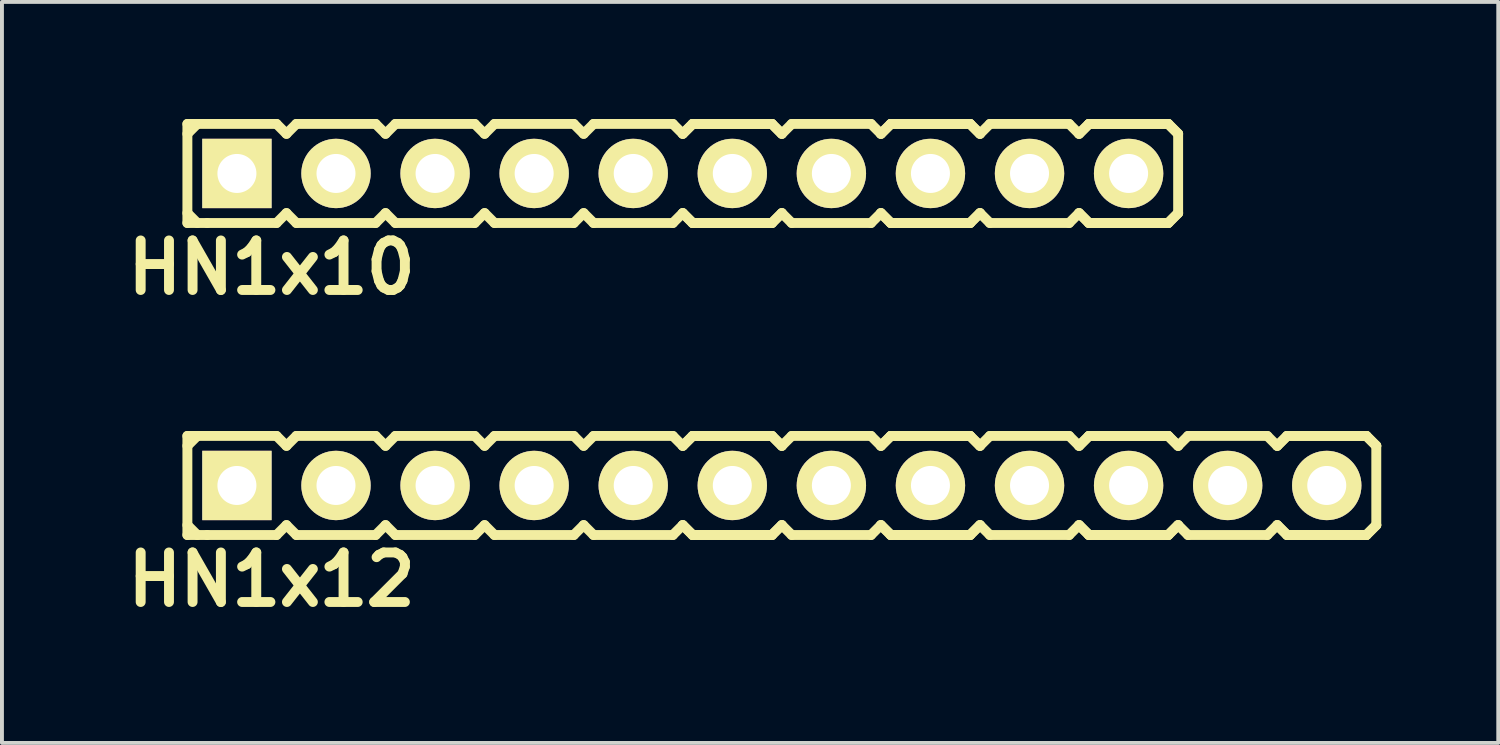
<source format=kicad_pcb>
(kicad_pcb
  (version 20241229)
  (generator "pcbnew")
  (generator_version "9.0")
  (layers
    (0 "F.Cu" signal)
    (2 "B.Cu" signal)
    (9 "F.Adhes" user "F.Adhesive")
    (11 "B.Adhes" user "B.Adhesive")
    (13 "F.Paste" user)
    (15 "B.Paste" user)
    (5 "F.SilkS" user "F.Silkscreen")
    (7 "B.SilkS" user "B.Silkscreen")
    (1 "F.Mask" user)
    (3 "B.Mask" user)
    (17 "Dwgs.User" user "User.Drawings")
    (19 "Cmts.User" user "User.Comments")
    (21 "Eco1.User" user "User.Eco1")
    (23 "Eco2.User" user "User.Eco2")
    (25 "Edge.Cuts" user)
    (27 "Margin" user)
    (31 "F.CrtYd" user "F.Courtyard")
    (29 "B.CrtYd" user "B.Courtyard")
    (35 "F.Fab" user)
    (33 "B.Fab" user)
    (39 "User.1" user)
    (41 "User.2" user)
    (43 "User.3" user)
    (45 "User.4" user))
  (footprint "HN1x10"
    (layer "F.Cu")
    (at 14.454 1.397)
    (property "Reference" "HN1x10" (at -10.541 2.413 0) (layer "F.SilkS") (effects (font (size 1.27 1.27) (thickness 0.254))))
    (attr smd)
    (fp_line (start -12.7 -1.27) (end -12.7 1.27) (stroke (width 0.254) (type solid)) (layer "F.SilkS"))
    (fp_line (start -12.7 -1.27) (end -12.446 -1.27) (stroke (width 0.254) (type solid)) (layer "F.SilkS"))
    (fp_line (start -12.7 -1.016) (end -12.446 -1.27) (stroke (width 0.254) (type solid)) (layer "F.SilkS"))
    (fp_line (start -12.446 -1.27) (end -10.414 -1.27) (stroke (width 0.254) (type solid)) (layer "F.SilkS"))
    (fp_line (start -12.446 1.27) (end -12.7 1.016) (stroke (width 0.254) (type solid)) (layer "F.SilkS"))
    (fp_line (start -12.192 1.27) (end -12.7 1.27) (stroke (width 0.254) (type solid)) (layer "F.SilkS"))
    (fp_line (start -10.414 -1.27) (end -10.16 -1.016) (stroke (width 0.254) (type solid)) (layer "F.SilkS"))
    (fp_line (start -10.414 1.27) (end -12.192 1.27) (stroke (width 0.254) (type solid)) (layer "F.SilkS"))
    (fp_line (start -10.16 -1.016) (end -9.906 -1.27) (stroke (width 0.254) (type solid)) (layer "F.SilkS"))
    (fp_line (start -10.16 1.016) (end -10.414 1.27) (stroke (width 0.254) (type solid)) (layer "F.SilkS"))
    (fp_line (start -9.906 -1.27) (end -7.874 -1.27) (stroke (width 0.254) (type solid)) (layer "F.SilkS"))
    (fp_line (start -9.906 1.27) (end -10.16 1.016) (stroke (width 0.254) (type solid)) (layer "F.SilkS"))
    (fp_line (start -7.874 -1.27) (end -7.62 -1.016) (stroke (width 0.254) (type solid)) (layer "F.SilkS"))
    (fp_line (start -7.874 1.27) (end -9.906 1.27) (stroke (width 0.254) (type solid)) (layer "F.SilkS"))
    (fp_line (start -7.874 1.27) (end -7.62 1.016) (stroke (width 0.254) (type solid)) (layer "F.SilkS"))
    (fp_line (start -7.62 -1.016) (end -7.366 -1.27) (stroke (width 0.254) (type solid)) (layer "F.SilkS"))
    (fp_line (start -7.62 1.016) (end -7.366 1.27) (stroke (width 0.254) (type solid)) (layer "F.SilkS"))
    (fp_line (start -7.366 -1.27) (end -5.334 -1.27) (stroke (width 0.254) (type solid)) (layer "F.SilkS"))
    (fp_line (start -5.334 -1.27) (end -5.08 -1.016) (stroke (width 0.254) (type solid)) (layer "F.SilkS"))
    (fp_line (start -5.334 1.27) (end -7.366 1.27) (stroke (width 0.254) (type solid)) (layer "F.SilkS"))
    (fp_line (start -5.08 -1.016) (end -4.826 -1.27) (stroke (width 0.254) (type solid)) (layer "F.SilkS"))
    (fp_line (start -5.08 1.016) (end -5.334 1.27) (stroke (width 0.254) (type solid)) (layer "F.SilkS"))
    (fp_line (start -4.826 -1.27) (end -2.794 -1.27) (stroke (width 0.254) (type solid)) (layer "F.SilkS"))
    (fp_line (start -4.826 1.27) (end -5.08 1.016) (stroke (width 0.254) (type solid)) (layer "F.SilkS"))
    (fp_line (start -2.794 -1.27) (end -2.54 -1.016) (stroke (width 0.254) (type solid)) (layer "F.SilkS"))
    (fp_line (start -2.794 1.27) (end -4.826 1.27) (stroke (width 0.254) (type solid)) (layer "F.SilkS"))
    (fp_line (start -2.54 -1.016) (end -2.286 -1.27) (stroke (width 0.254) (type solid)) (layer "F.SilkS"))
    (fp_line (start -2.54 1.016) (end -2.794 1.27) (stroke (width 0.254) (type solid)) (layer "F.SilkS"))
    (fp_line (start -2.286 -1.27) (end -0.254 -1.27) (stroke (width 0.254) (type solid)) (layer "F.SilkS"))
    (fp_line (start -2.286 1.27) (end -2.54 1.016) (stroke (width 0.254) (type solid)) (layer "F.SilkS"))
    (fp_line (start -0.254 -1.27) (end 0 -1.016) (stroke (width 0.254) (type solid)) (layer "F.SilkS"))
    (fp_line (start -0.254 1.27) (end -2.286 1.27) (stroke (width 0.254) (type solid)) (layer "F.SilkS"))
    (fp_line (start 0 -1.016) (end 0.254 -1.27) (stroke (width 0.254) (type solid)) (layer "F.SilkS"))
    (fp_line (start 0 -1.016) (end 0.254 -1.27) (stroke (width 0.254) (type solid)) (layer "F.SilkS"))
    (fp_line (start 0 1.016) (end -0.254 1.27) (stroke (width 0.254) (type solid)) (layer "F.SilkS"))
    (fp_line (start 0.254 -1.27) (end 2.286 -1.27) (stroke (width 0.254) (type solid)) (layer "F.SilkS"))
    (fp_line (start 0.254 -1.27) (end 2.286 -1.27) (stroke (width 0.254) (type solid)) (layer "F.SilkS"))
    (fp_line (start 0.254 1.27) (end 0 1.016) (stroke (width 0.254) (type solid)) (layer "F.SilkS"))
    (fp_line (start 0.254 1.27) (end 0 1.016) (stroke (width 0.254) (type solid)) (layer "F.SilkS"))
    (fp_line (start 2.286 -1.27) (end 2.54 -1.016) (stroke (width 0.254) (type solid)) (layer "F.SilkS"))
    (fp_line (start 2.286 -1.27) (end 2.54 -1.016) (stroke (width 0.254) (type solid)) (layer "F.SilkS"))
    (fp_line (start 2.286 1.27) (end 0.254 1.27) (stroke (width 0.254) (type solid)) (layer "F.SilkS"))
    (fp_line (start 2.286 1.27) (end 0.254 1.27) (stroke (width 0.254) (type solid)) (layer "F.SilkS"))
    (fp_line (start 2.54 -1.016) (end 2.794 -1.27) (stroke (width 0.254) (type solid)) (layer "F.SilkS"))
    (fp_line (start 2.54 1.016) (end 2.286 1.27) (stroke (width 0.254) (type solid)) (layer "F.SilkS"))
    (fp_line (start 2.54 1.016) (end 2.286 1.27) (stroke (width 0.254) (type solid)) (layer "F.SilkS"))
    (fp_line (start 2.794 -1.27) (end 4.826 -1.27) (stroke (width 0.254) (type solid)) (layer "F.SilkS"))
    (fp_line (start 2.794 1.27) (end 2.54 1.016) (stroke (width 0.254) (type solid)) (layer "F.SilkS"))
    (fp_line (start 4.826 -1.27) (end 5.08 -1.016) (stroke (width 0.254) (type solid)) (layer "F.SilkS"))
    (fp_line (start 4.826 1.27) (end 2.794 1.27) (stroke (width 0.254) (type solid)) (layer "F.SilkS"))
    (fp_line (start 5.08 -1.016) (end 5.334 -1.27) (stroke (width 0.254) (type solid)) (layer "F.SilkS"))
    (fp_line (start 5.08 -1.016) (end 5.334 -1.27) (stroke (width 0.254) (type solid)) (layer "F.SilkS"))
    (fp_line (start 5.08 1.016) (end 4.826 1.27) (stroke (width 0.254) (type solid)) (layer "F.SilkS"))
    (fp_line (start 5.334 -1.27) (end 7.366 -1.27) (stroke (width 0.254) (type solid)) (layer "F.SilkS"))
    (fp_line (start 5.334 -1.27) (end 7.366 -1.27) (stroke (width 0.254) (type solid)) (layer "F.SilkS"))
    (fp_line (start 5.334 1.27) (end 5.08 1.016) (stroke (width 0.254) (type solid)) (layer "F.SilkS"))
    (fp_line (start 5.334 1.27) (end 5.08 1.016) (stroke (width 0.254) (type solid)) (layer "F.SilkS"))
    (fp_line (start 7.366 -1.27) (end 7.62 -1.016) (stroke (width 0.254) (type solid)) (layer "F.SilkS"))
    (fp_line (start 7.366 -1.27) (end 7.62 -1.016) (stroke (width 0.254) (type solid)) (layer "F.SilkS"))
    (fp_line (start 7.366 1.27) (end 5.334 1.27) (stroke (width 0.254) (type solid)) (layer "F.SilkS"))
    (fp_line (start 7.366 1.27) (end 5.334 1.27) (stroke (width 0.254) (type solid)) (layer "F.SilkS"))
    (fp_line (start 7.62 -1.016) (end 7.874 -1.27) (stroke (width 0.254) (type solid)) (layer "F.SilkS"))
    (fp_line (start 7.62 1.016) (end 7.366 1.27) (stroke (width 0.254) (type solid)) (layer "F.SilkS"))
    (fp_line (start 7.62 1.016) (end 7.366 1.27) (stroke (width 0.254) (type solid)) (layer "F.SilkS"))
    (fp_line (start 7.874 -1.27) (end 9.906 -1.27) (stroke (width 0.254) (type solid)) (layer "F.SilkS"))
    (fp_line (start 7.874 1.27) (end 7.62 1.016) (stroke (width 0.254) (type solid)) (layer "F.SilkS"))
    (fp_line (start 9.906 -1.27) (end 10.16 -1.016) (stroke (width 0.254) (type solid)) (layer "F.SilkS"))
    (fp_line (start 9.906 1.27) (end 7.874 1.27) (stroke (width 0.254) (type solid)) (layer "F.SilkS"))
    (fp_line (start 10.16 -1.016) (end 10.414 -1.27) (stroke (width 0.254) (type solid)) (layer "F.SilkS"))
    (fp_line (start 10.16 -1.016) (end 10.414 -1.27) (stroke (width 0.254) (type solid)) (layer "F.SilkS"))
    (fp_line (start 10.16 1.016) (end 9.906 1.27) (stroke (width 0.254) (type solid)) (layer "F.SilkS"))
    (fp_line (start 10.414 -1.27) (end 12.446 -1.27) (stroke (width 0.254) (type solid)) (layer "F.SilkS"))
    (fp_line (start 10.414 -1.27) (end 12.446 -1.27) (stroke (width 0.254) (type solid)) (layer "F.SilkS"))
    (fp_line (start 10.414 1.27) (end 10.16 1.016) (stroke (width 0.254) (type solid)) (layer "F.SilkS"))
    (fp_line (start 10.414 1.27) (end 10.16 1.016) (stroke (width 0.254) (type solid)) (layer "F.SilkS"))
    (fp_line (start 12.446 -1.27) (end 12.7 -1.016) (stroke (width 0.254) (type solid)) (layer "F.SilkS"))
    (fp_line (start 12.446 -1.27) (end 12.7 -1.016) (stroke (width 0.254) (type solid)) (layer "F.SilkS"))
    (fp_line (start 12.446 1.27) (end 10.414 1.27) (stroke (width 0.254) (type solid)) (layer "F.SilkS"))
    (fp_line (start 12.446 1.27) (end 10.414 1.27) (stroke (width 0.254) (type solid)) (layer "F.SilkS"))
    (fp_line (start 12.7 -1.016) (end 12.7 1.016) (stroke (width 0.254) (type solid)) (layer "F.SilkS"))
    (fp_line (start 12.7 1.016) (end 12.446 1.27) (stroke (width 0.254) (type solid)) (layer "F.SilkS"))
    (fp_line (start 12.7 1.016) (end 12.446 1.27) (stroke (width 0.254) (type solid)) (layer "F.SilkS"))
    (pad "1" thru_hole rect (at -11.43 0) (size 1.778 1.778) (drill 1) (layers "*.Cu" "*.Mask" "F.SilkS" "B.Adhes"))
    (pad "2" thru_hole circle (at -8.89 0) (size 1.778 1.778) (drill 1) (layers "*.Cu" "*.Mask" "F.SilkS" "B.Adhes"))
    (pad "3" thru_hole circle (at -6.35 0) (size 1.778 1.778) (drill 1) (layers "*.Cu" "*.Mask" "F.SilkS" "B.Adhes"))
    (pad "4" thru_hole circle (at -3.81 0) (size 1.778 1.778) (drill 1) (layers "*.Cu" "*.Mask" "F.SilkS" "B.Adhes"))
    (pad "5" thru_hole circle (at -1.27 0) (size 1.778 1.778) (drill 1) (layers "*.Cu" "*.Mask" "F.SilkS" "B.Adhes"))
    (pad "6" thru_hole circle (at 1.27 0) (size 1.778 1.778) (drill 1) (layers "*.Cu" "*.Mask" "F.SilkS" "B.Adhes"))
    (pad "7" thru_hole circle (at 3.81 0) (size 1.778 1.778) (drill 1) (layers "*.Cu" "*.Mask" "F.SilkS" "B.Adhes"))
    (pad "8" thru_hole circle (at 6.35 0) (size 1.778 1.778) (drill 1) (layers "*.Cu" "*.Mask" "F.SilkS" "B.Adhes"))
    (pad "9" thru_hole circle (at 8.89 0) (size 1.778 1.778) (drill 1) (layers "*.Cu" "*.Mask" "F.SilkS" "B.Adhes"))
    (pad "10" thru_hole circle (at 11.43 0) (size 1.778 1.778) (drill 1) (layers "*.Cu" "*.Mask" "F.SilkS" "B.Adhes")))
  (footprint "HN1x12"
    (layer "F.Cu")
    (at 16.994 9.396)
    (property "Reference" "HN1x12" (at -13.081 2.413 0) (layer "F.SilkS") (effects (font (size 1.27 1.27) (thickness 0.254))))
    (attr smd)
    (fp_line (start -15.24 -1.27) (end -15.24 1.27) (stroke (width 0.254) (type solid)) (layer "F.SilkS"))
    (fp_line (start -15.24 -1.27) (end -14.986 -1.27) (stroke (width 0.254) (type solid)) (layer "F.SilkS"))
    (fp_line (start -15.24 -1.016) (end -14.986 -1.27) (stroke (width 0.254) (type solid)) (layer "F.SilkS"))
    (fp_line (start -14.986 -1.27) (end -12.954 -1.27) (stroke (width 0.254) (type solid)) (layer "F.SilkS"))
    (fp_line (start -14.986 1.27) (end -15.24 1.016) (stroke (width 0.254) (type solid)) (layer "F.SilkS"))
    (fp_line (start -14.732 1.27) (end -15.24 1.27) (stroke (width 0.254) (type solid)) (layer "F.SilkS"))
    (fp_line (start -12.954 -1.27) (end -12.7 -1.016) (stroke (width 0.254) (type solid)) (layer "F.SilkS"))
    (fp_line (start -12.954 1.27) (end -14.732 1.27) (stroke (width 0.254) (type solid)) (layer "F.SilkS"))
    (fp_line (start -12.7 -1.016) (end -12.446 -1.27) (stroke (width 0.254) (type solid)) (layer "F.SilkS"))
    (fp_line (start -12.7 1.016) (end -12.954 1.27) (stroke (width 0.254) (type solid)) (layer "F.SilkS"))
    (fp_line (start -12.446 -1.27) (end -10.414 -1.27) (stroke (width 0.254) (type solid)) (layer "F.SilkS"))
    (fp_line (start -12.446 1.27) (end -12.7 1.016) (stroke (width 0.254) (type solid)) (layer "F.SilkS"))
    (fp_line (start -10.414 -1.27) (end -10.16 -1.016) (stroke (width 0.254) (type solid)) (layer "F.SilkS"))
    (fp_line (start -10.414 1.27) (end -12.446 1.27) (stroke (width 0.254) (type solid)) (layer "F.SilkS"))
    (fp_line (start -10.414 1.27) (end -10.16 1.016) (stroke (width 0.254) (type solid)) (layer "F.SilkS"))
    (fp_line (start -10.16 -1.016) (end -9.906 -1.27) (stroke (width 0.254) (type solid)) (layer "F.SilkS"))
    (fp_line (start -10.16 1.016) (end -9.906 1.27) (stroke (width 0.254) (type solid)) (layer "F.SilkS"))
    (fp_line (start -9.906 -1.27) (end -7.874 -1.27) (stroke (width 0.254) (type solid)) (layer "F.SilkS"))
    (fp_line (start -7.874 -1.27) (end -7.62 -1.016) (stroke (width 0.254) (type solid)) (layer "F.SilkS"))
    (fp_line (start -7.874 1.27) (end -9.906 1.27) (stroke (width 0.254) (type solid)) (layer "F.SilkS"))
    (fp_line (start -7.62 -1.016) (end -7.366 -1.27) (stroke (width 0.254) (type solid)) (layer "F.SilkS"))
    (fp_line (start -7.62 1.016) (end -7.874 1.27) (stroke (width 0.254) (type solid)) (layer "F.SilkS"))
    (fp_line (start -7.366 -1.27) (end -5.334 -1.27) (stroke (width 0.254) (type solid)) (layer "F.SilkS"))
    (fp_line (start -7.366 1.27) (end -7.62 1.016) (stroke (width 0.254) (type solid)) (layer "F.SilkS"))
    (fp_line (start -5.334 -1.27) (end -5.08 -1.016) (stroke (width 0.254) (type solid)) (layer "F.SilkS"))
    (fp_line (start -5.334 1.27) (end -7.366 1.27) (stroke (width 0.254) (type solid)) (layer "F.SilkS"))
    (fp_line (start -5.08 -1.016) (end -4.826 -1.27) (stroke (width 0.254) (type solid)) (layer "F.SilkS"))
    (fp_line (start -5.08 1.016) (end -5.334 1.27) (stroke (width 0.254) (type solid)) (layer "F.SilkS"))
    (fp_line (start -4.826 -1.27) (end -2.794 -1.27) (stroke (width 0.254) (type solid)) (layer "F.SilkS"))
    (fp_line (start -4.826 1.27) (end -5.08 1.016) (stroke (width 0.254) (type solid)) (layer "F.SilkS"))
    (fp_line (start -2.794 -1.27) (end -2.54 -1.016) (stroke (width 0.254) (type solid)) (layer "F.SilkS"))
    (fp_line (start -2.794 1.27) (end -4.826 1.27) (stroke (width 0.254) (type solid)) (layer "F.SilkS"))
    (fp_line (start -2.54 -1.016) (end -2.286 -1.27) (stroke (width 0.254) (type solid)) (layer "F.SilkS"))
    (fp_line (start -2.54 -1.016) (end -2.286 -1.27) (stroke (width 0.254) (type solid)) (layer "F.SilkS"))
    (fp_line (start -2.54 1.016) (end -2.794 1.27) (stroke (width 0.254) (type solid)) (layer "F.SilkS"))
    (fp_line (start -2.286 -1.27) (end -0.254 -1.27) (stroke (width 0.254) (type solid)) (layer "F.SilkS"))
    (fp_line (start -2.286 -1.27) (end -0.254 -1.27) (stroke (width 0.254) (type solid)) (layer "F.SilkS"))
    (fp_line (start -2.286 1.27) (end -2.54 1.016) (stroke (width 0.254) (type solid)) (layer "F.SilkS"))
    (fp_line (start -2.286 1.27) (end -2.54 1.016) (stroke (width 0.254) (type solid)) (layer "F.SilkS"))
    (fp_line (start -0.254 -1.27) (end 0 -1.016) (stroke (width 0.254) (type solid)) (layer "F.SilkS"))
    (fp_line (start -0.254 -1.27) (end 0 -1.016) (stroke (width 0.254) (type solid)) (layer "F.SilkS"))
    (fp_line (start -0.254 1.27) (end -2.286 1.27) (stroke (width 0.254) (type solid)) (layer "F.SilkS"))
    (fp_line (start -0.254 1.27) (end -2.286 1.27) (stroke (width 0.254) (type solid)) (layer "F.SilkS"))
    (fp_line (start 0 -1.016) (end 0.254 -1.27) (stroke (width 0.254) (type solid)) (layer "F.SilkS"))
    (fp_line (start 0 1.016) (end -0.254 1.27) (stroke (width 0.254) (type solid)) (layer "F.SilkS"))
    (fp_line (start 0 1.016) (end -0.254 1.27) (stroke (width 0.254) (type solid)) (layer "F.SilkS"))
    (fp_line (start 0.254 -1.27) (end 2.286 -1.27) (stroke (width 0.254) (type solid)) (layer "F.SilkS"))
    (fp_line (start 0.254 1.27) (end 0 1.016) (stroke (width 0.254) (type solid)) (layer "F.SilkS"))
    (fp_line (start 2.286 -1.27) (end 2.54 -1.016) (stroke (width 0.254) (type solid)) (layer "F.SilkS"))
    (fp_line (start 2.286 1.27) (end 0.254 1.27) (stroke (width 0.254) (type solid)) (layer "F.SilkS"))
    (fp_line (start 2.54 -1.016) (end 2.794 -1.27) (stroke (width 0.254) (type solid)) (layer "F.SilkS"))
    (fp_line (start 2.54 -1.016) (end 2.794 -1.27) (stroke (width 0.254) (type solid)) (layer "F.SilkS"))
    (fp_line (start 2.54 1.016) (end 2.286 1.27) (stroke (width 0.254) (type solid)) (layer "F.SilkS"))
    (fp_line (start 2.794 -1.27) (end 4.826 -1.27) (stroke (width 0.254) (type solid)) (layer "F.SilkS"))
    (fp_line (start 2.794 -1.27) (end 4.826 -1.27) (stroke (width 0.254) (type solid)) (layer "F.SilkS"))
    (fp_line (start 2.794 1.27) (end 2.54 1.016) (stroke (width 0.254) (type solid)) (layer "F.SilkS"))
    (fp_line (start 2.794 1.27) (end 2.54 1.016) (stroke (width 0.254) (type solid)) (layer "F.SilkS"))
    (fp_line (start 4.826 -1.27) (end 5.08 -1.016) (stroke (width 0.254) (type solid)) (layer "F.SilkS"))
    (fp_line (start 4.826 -1.27) (end 5.08 -1.016) (stroke (width 0.254) (type solid)) (layer "F.SilkS"))
    (fp_line (start 4.826 1.27) (end 2.794 1.27) (stroke (width 0.254) (type solid)) (layer "F.SilkS"))
    (fp_line (start 4.826 1.27) (end 2.794 1.27) (stroke (width 0.254) (type solid)) (layer "F.SilkS"))
    (fp_line (start 5.08 -1.016) (end 5.334 -1.27) (stroke (width 0.254) (type solid)) (layer "F.SilkS"))
    (fp_line (start 5.08 1.016) (end 4.826 1.27) (stroke (width 0.254) (type solid)) (layer "F.SilkS"))
    (fp_line (start 5.08 1.016) (end 4.826 1.27) (stroke (width 0.254) (type solid)) (layer "F.SilkS"))
    (fp_line (start 5.334 -1.27) (end 7.366 -1.27) (stroke (width 0.254) (type solid)) (layer "F.SilkS"))
    (fp_line (start 5.334 1.27) (end 5.08 1.016) (stroke (width 0.254) (type solid)) (layer "F.SilkS"))
    (fp_line (start 7.366 -1.27) (end 7.62 -1.016) (stroke (width 0.254) (type solid)) (layer "F.SilkS"))
    (fp_line (start 7.366 1.27) (end 5.334 1.27) (stroke (width 0.254) (type solid)) (layer "F.SilkS"))
    (fp_line (start 7.62 -1.016) (end 7.874 -1.27) (stroke (width 0.254) (type solid)) (layer "F.SilkS"))
    (fp_line (start 7.62 -1.016) (end 7.874 -1.27) (stroke (width 0.254) (type solid)) (layer "F.SilkS"))
    (fp_line (start 7.62 1.016) (end 7.366 1.27) (stroke (width 0.254) (type solid)) (layer "F.SilkS"))
    (fp_line (start 7.874 -1.27) (end 9.906 -1.27) (stroke (width 0.254) (type solid)) (layer "F.SilkS"))
    (fp_line (start 7.874 -1.27) (end 9.906 -1.27) (stroke (width 0.254) (type solid)) (layer "F.SilkS"))
    (fp_line (start 7.874 1.27) (end 7.62 1.016) (stroke (width 0.254) (type solid)) (layer "F.SilkS"))
    (fp_line (start 7.874 1.27) (end 7.62 1.016) (stroke (width 0.254) (type solid)) (layer "F.SilkS"))
    (fp_line (start 9.906 -1.27) (end 10.16 -1.016) (stroke (width 0.254) (type solid)) (layer "F.SilkS"))
    (fp_line (start 9.906 -1.27) (end 10.16 -1.016) (stroke (width 0.254) (type solid)) (layer "F.SilkS"))
    (fp_line (start 9.906 1.27) (end 7.874 1.27) (stroke (width 0.254) (type solid)) (layer "F.SilkS"))
    (fp_line (start 9.906 1.27) (end 7.874 1.27) (stroke (width 0.254) (type solid)) (layer "F.SilkS"))
    (fp_line (start 10.16 -1.016) (end 10.414 -1.27) (stroke (width 0.254) (type solid)) (layer "F.SilkS"))
    (fp_line (start 10.16 1.016) (end 9.906 1.27) (stroke (width 0.254) (type solid)) (layer "F.SilkS"))
    (fp_line (start 10.16 1.016) (end 9.906 1.27) (stroke (width 0.254) (type solid)) (layer "F.SilkS"))
    (fp_line (start 10.414 -1.27) (end 12.446 -1.27) (stroke (width 0.254) (type solid)) (layer "F.SilkS"))
    (fp_line (start 10.414 1.27) (end 10.16 1.016) (stroke (width 0.254) (type solid)) (layer "F.SilkS"))
    (fp_line (start 12.446 -1.27) (end 12.7 -1.016) (stroke (width 0.254) (type solid)) (layer "F.SilkS"))
    (fp_line (start 12.446 1.27) (end 10.414 1.27) (stroke (width 0.254) (type solid)) (layer "F.SilkS"))
    (fp_line (start 12.7 -1.016) (end 12.954 -1.27) (stroke (width 0.254) (type solid)) (layer "F.SilkS"))
    (fp_line (start 12.7 -1.016) (end 12.954 -1.27) (stroke (width 0.254) (type solid)) (layer "F.SilkS"))
    (fp_line (start 12.7 1.016) (end 12.446 1.27) (stroke (width 0.254) (type solid)) (layer "F.SilkS"))
    (fp_line (start 12.954 -1.27) (end 14.986 -1.27) (stroke (width 0.254) (type solid)) (layer "F.SilkS"))
    (fp_line (start 12.954 -1.27) (end 14.986 -1.27) (stroke (width 0.254) (type solid)) (layer "F.SilkS"))
    (fp_line (start 12.954 1.27) (end 12.7 1.016) (stroke (width 0.254) (type solid)) (layer "F.SilkS"))
    (fp_line (start 12.954 1.27) (end 12.7 1.016) (stroke (width 0.254) (type solid)) (layer "F.SilkS"))
    (fp_line (start 14.986 -1.27) (end 15.24 -1.016) (stroke (width 0.254) (type solid)) (layer "F.SilkS"))
    (fp_line (start 14.986 -1.27) (end 15.24 -1.016) (stroke (width 0.254) (type solid)) (layer "F.SilkS"))
    (fp_line (start 14.986 1.27) (end 12.954 1.27) (stroke (width 0.254) (type solid)) (layer "F.SilkS"))
    (fp_line (start 14.986 1.27) (end 12.954 1.27) (stroke (width 0.254) (type solid)) (layer "F.SilkS"))
    (fp_line (start 15.24 -1.016) (end 15.24 1.016) (stroke (width 0.254) (type solid)) (layer "F.SilkS"))
    (fp_line (start 15.24 1.016) (end 14.986 1.27) (stroke (width 0.254) (type solid)) (layer "F.SilkS"))
    (fp_line (start 15.24 1.016) (end 14.986 1.27) (stroke (width 0.254) (type solid)) (layer "F.SilkS"))
    (pad "1" thru_hole rect (at -13.97 0) (size 1.778 1.778) (drill 1) (layers "*.Cu" "*.Mask" "F.SilkS" "B.Adhes"))
    (pad "2" thru_hole circle (at -11.43 0) (size 1.778 1.778) (drill 1) (layers "*.Cu" "*.Mask" "F.SilkS" "B.Adhes"))
    (pad "3" thru_hole circle (at -8.89 0) (size 1.778 1.778) (drill 1) (layers "*.Cu" "*.Mask" "F.SilkS" "B.Adhes"))
    (pad "4" thru_hole circle (at -6.35 0) (size 1.778 1.778) (drill 1) (layers "*.Cu" "*.Mask" "F.SilkS" "B.Adhes"))
    (pad "5" thru_hole circle (at -3.81 0) (size 1.778 1.778) (drill 1) (layers "*.Cu" "*.Mask" "F.SilkS" "B.Adhes"))
    (pad "6" thru_hole circle (at -1.27 0) (size 1.778 1.778) (drill 1) (layers "*.Cu" "*.Mask" "F.SilkS" "B.Adhes"))
    (pad "7" thru_hole circle (at 1.27 0) (size 1.778 1.778) (drill 1) (layers "*.Cu" "*.Mask" "F.SilkS" "B.Adhes"))
    (pad "8" thru_hole circle (at 3.81 0) (size 1.778 1.778) (drill 1) (layers "*.Cu" "*.Mask" "F.SilkS" "B.Adhes"))
    (pad "9" thru_hole circle (at 6.35 0) (size 1.778 1.778) (drill 1) (layers "*.Cu" "*.Mask" "F.SilkS" "B.Adhes"))
    (pad "10" thru_hole circle (at 8.89 0) (size 1.778 1.778) (drill 1) (layers "*.Cu" "*.Mask" "F.SilkS" "B.Adhes"))
    (pad "11" thru_hole circle (at 11.43 0) (size 1.778 1.778) (drill 1) (layers "*.Cu" "*.Mask" "F.SilkS" "B.Adhes"))
    (pad "12" thru_hole circle (at 13.97 0) (size 1.778 1.778) (drill 1) (layers "*.Cu" "*.Mask" "F.SilkS" "B.Adhes")))
  (gr_rect
    (start -3 -3)
    (end 35.361 15.997)
    (stroke (width 0.1) (type default))
    (fill no)
    (layer "Edge.Cuts")))
</source>
